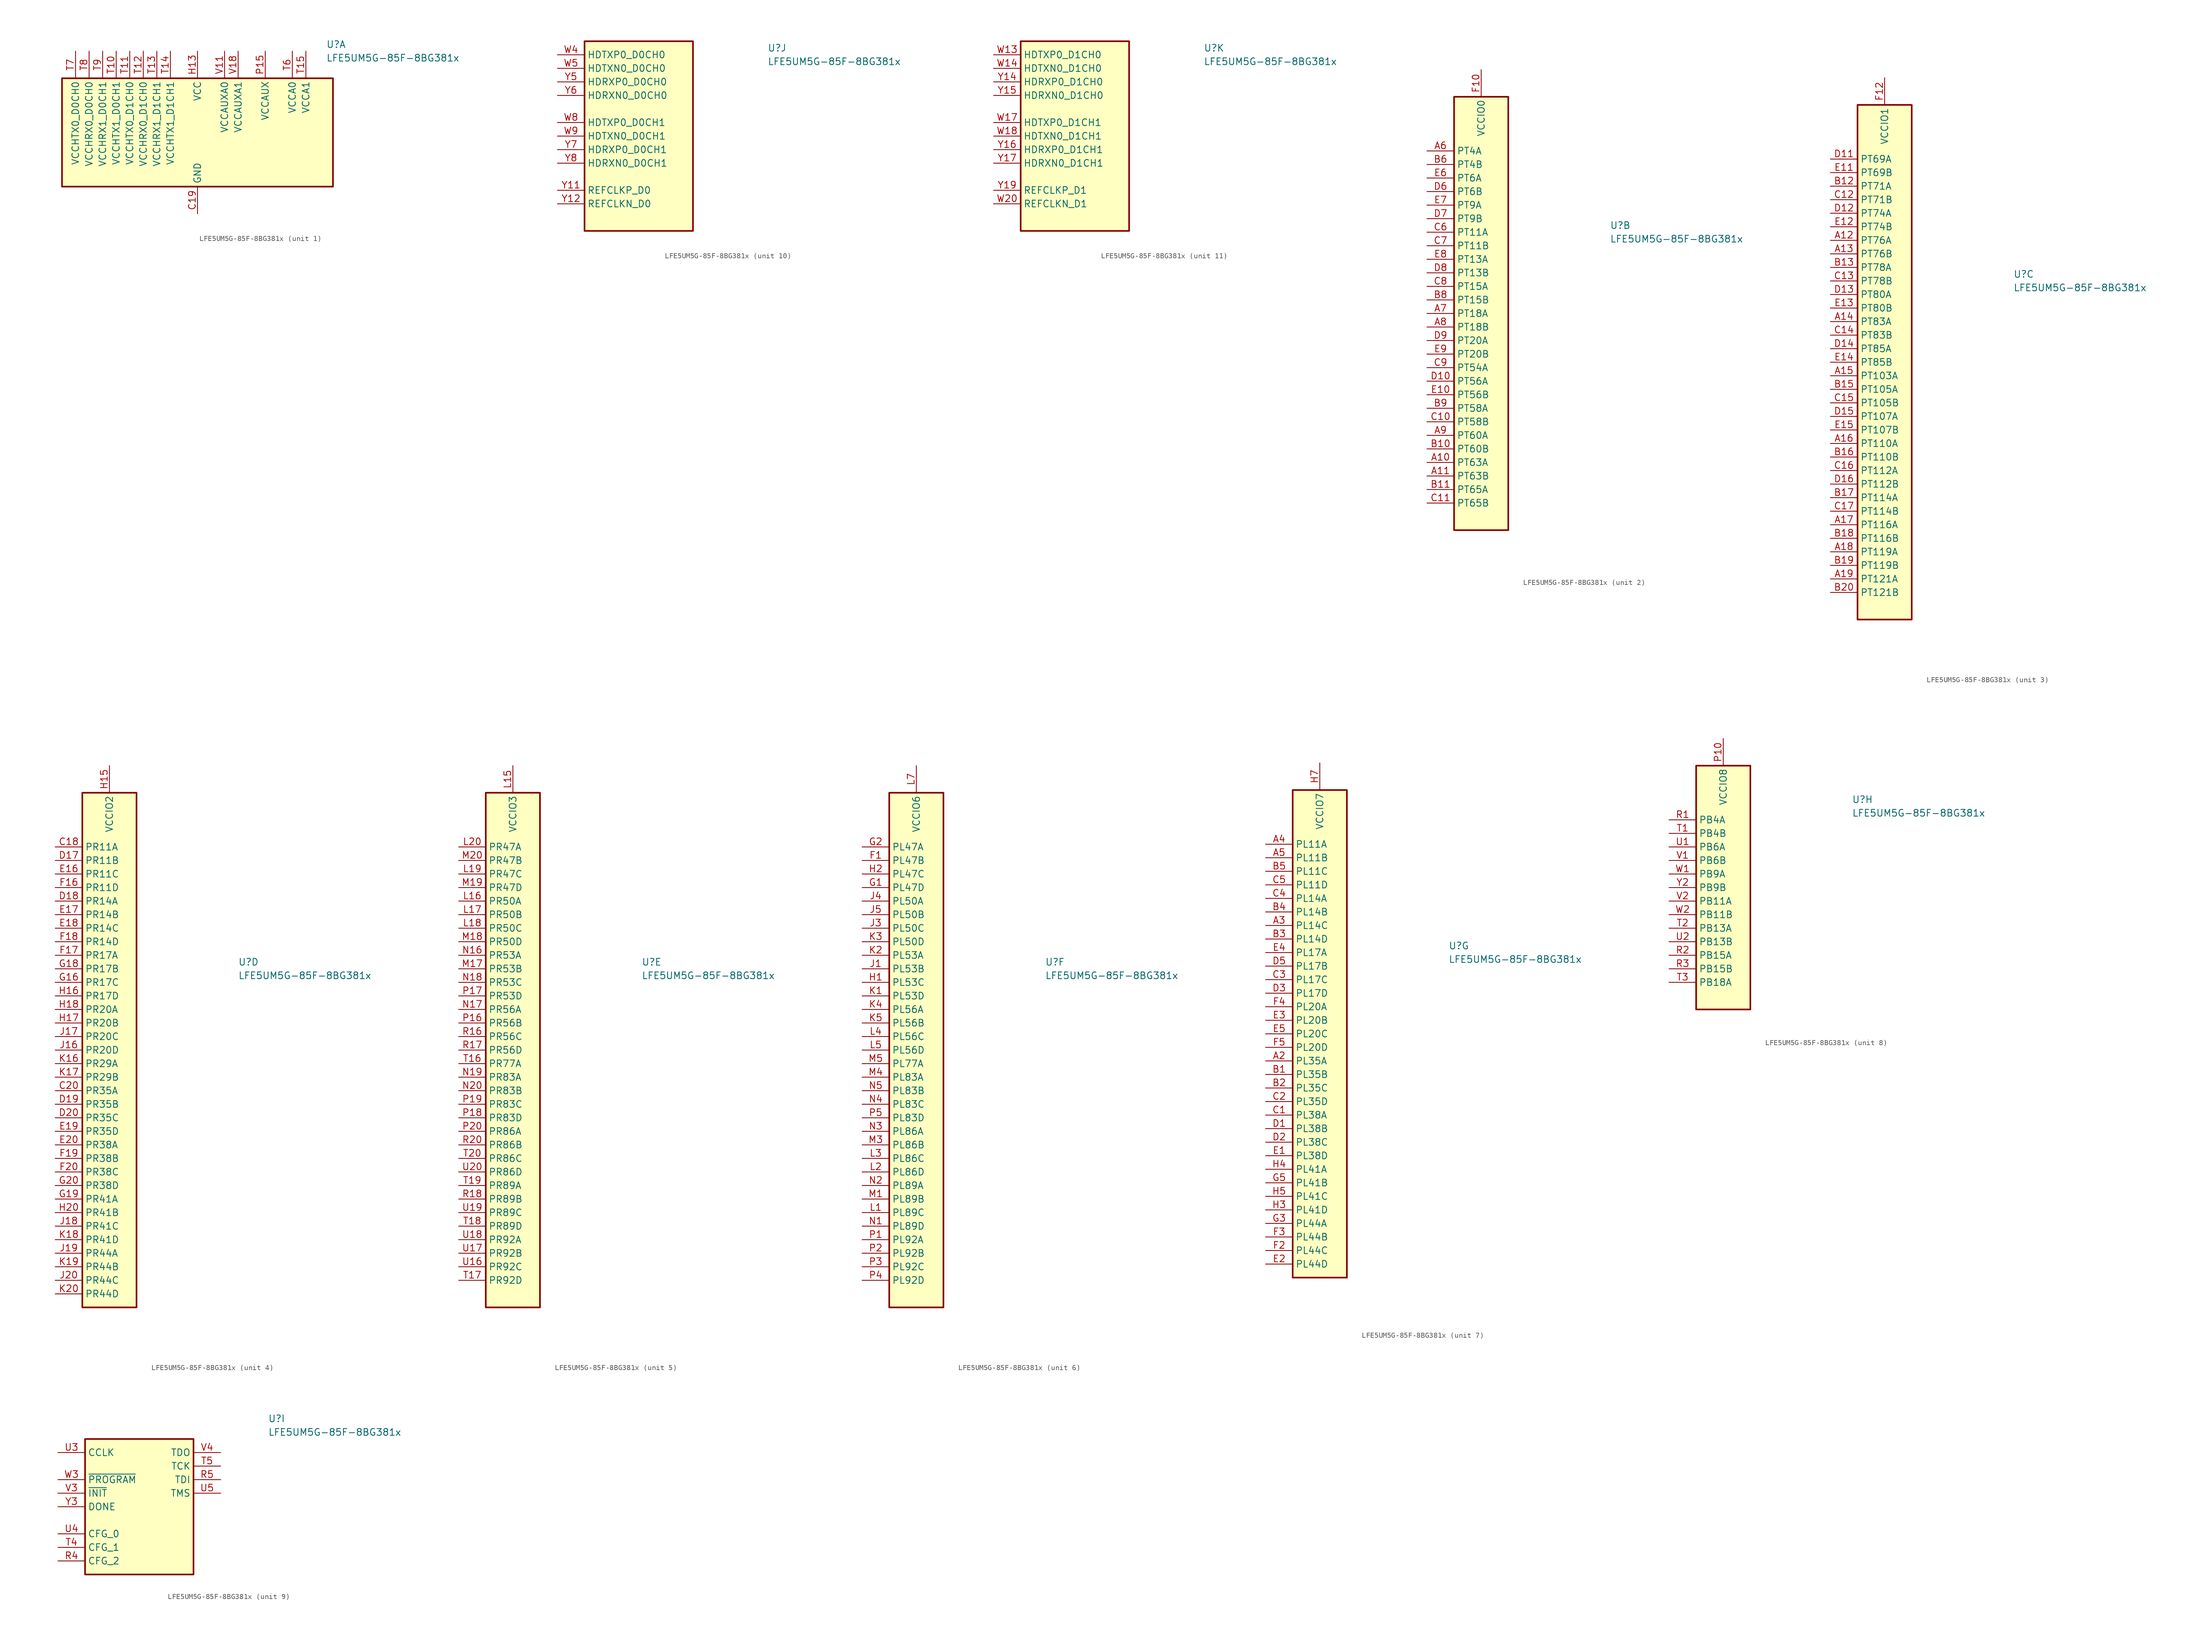
<source format=kicad_sym>
(kicad_symbol_lib
  (version 20241209)
  (generator "kicad_symbol_editor")
  (generator_version "9.0")
  (symbol "LFE5UM5G-85F-8BG381x"
    (property "Reference" "U"
      (at 24.13 16.51 0)
      (effects (font (size 1.27 1.27)) (justify left)))
    (property "Value" "LFE5UM5G-85F-8BG381x"
      (at 24.13 13.97 0)
      (effects (font (size 1.27 1.27)) (justify left)))
    (property "ki_locked" ""
      (at 0 0 0)
      (effects (font (size 1.27 1.27))))
    (symbol "LFE5UM5G-85F-8BG381x_1_1"
      (rectangle (start -25.4 10.16) (end 25.4 -10.16) (stroke (width 0.305) (type default)) (fill (type background)))
      (pin power_in line (at -22.86 15.24 270) (length 5.08) (name "VCCHTX0_D0CH0" (effects (font (size 1.27 1.27)))) (number "T7" (effects (font (size 1.27 1.27)))))
      (pin power_in line (at -20.32 15.24 270) (length 5.08) (name "VCCHRX0_D0CH0" (effects (font (size 1.27 1.27)))) (number "T8" (effects (font (size 1.27 1.27)))))
      (pin power_in line (at -17.78 15.24 270) (length 5.08) (name "VCCHRX1_D0CH1" (effects (font (size 1.27 1.27)))) (number "T9" (effects (font (size 1.27 1.27)))))
      (pin power_in line (at -15.24 15.24 270) (length 5.08) (name "VCCHTX1_D0CH1" (effects (font (size 1.27 1.27)))) (number "T10" (effects (font (size 1.27 1.27)))))
      (pin power_in line (at -12.7 15.24 270) (length 5.08) (name "VCCHTX0_D1CH0" (effects (font (size 1.27 1.27)))) (number "T11" (effects (font (size 1.27 1.27)))))
      (pin power_in line (at -10.16 15.24 270) (length 5.08) (name "VCCHRX0_D1CH0" (effects (font (size 1.27 1.27)))) (number "T12" (effects (font (size 1.27 1.27)))))
      (pin power_in line (at -7.62 15.24 270) (length 5.08) (name "VCCHRX1_D1CH1" (effects (font (size 1.27 1.27)))) (number "T13" (effects (font (size 1.27 1.27)))))
      (pin power_in line (at -5.08 15.24 270) (length 5.08) (name "VCCHTX1_D1CH1" (effects (font (size 1.27 1.27)))) (number "T14" (effects (font (size 1.27 1.27)))))
      (pin passive line (at 0 15.24 270) (length 5.08) (hide yes) (name "VCC" (effects (font (size 1.27 1.27)))) (number "H10" (effects (font (size 1.27 1.27)))))
      (pin passive line (at 0 15.24 270) (length 5.08) (hide yes) (name "VCC" (effects (font (size 1.27 1.27)))) (number "H11" (effects (font (size 1.27 1.27)))))
      (pin passive line (at 0 15.24 270) (length 5.08) (hide yes) (name "VCC" (effects (font (size 1.27 1.27)))) (number "H12" (effects (font (size 1.27 1.27)))))
      (pin power_in line (at 0 15.24 270) (length 5.08) (name "VCC" (effects (font (size 1.27 1.27)))) (number "H13" (effects (font (size 1.27 1.27)))))
      (pin passive line (at 0 15.24 270) (length 5.08) (hide yes) (name "VCC" (effects (font (size 1.27 1.27)))) (number "H8" (effects (font (size 1.27 1.27)))))
      (pin passive line (at 0 15.24 270) (length 5.08) (hide yes) (name "VCC" (effects (font (size 1.27 1.27)))) (number "H9" (effects (font (size 1.27 1.27)))))
      (pin passive line (at 0 15.24 270) (length 5.08) (hide yes) (name "VCC" (effects (font (size 1.27 1.27)))) (number "J13" (effects (font (size 1.27 1.27)))))
      (pin passive line (at 0 15.24 270) (length 5.08) (hide yes) (name "VCC" (effects (font (size 1.27 1.27)))) (number "J8" (effects (font (size 1.27 1.27)))))
      (pin passive line (at 0 15.24 270) (length 5.08) (hide yes) (name "VCC" (effects (font (size 1.27 1.27)))) (number "K13" (effects (font (size 1.27 1.27)))))
      (pin passive line (at 0 15.24 270) (length 5.08) (hide yes) (name "VCC" (effects (font (size 1.27 1.27)))) (number "K8" (effects (font (size 1.27 1.27)))))
      (pin passive line (at 0 15.24 270) (length 5.08) (hide yes) (name "VCC" (effects (font (size 1.27 1.27)))) (number "L13" (effects (font (size 1.27 1.27)))))
      (pin passive line (at 0 15.24 270) (length 5.08) (hide yes) (name "VCC" (effects (font (size 1.27 1.27)))) (number "L8" (effects (font (size 1.27 1.27)))))
      (pin passive line (at 0 15.24 270) (length 5.08) (hide yes) (name "VCC" (effects (font (size 1.27 1.27)))) (number "M13" (effects (font (size 1.27 1.27)))))
      (pin passive line (at 0 15.24 270) (length 5.08) (hide yes) (name "VCC" (effects (font (size 1.27 1.27)))) (number "M8" (effects (font (size 1.27 1.27)))))
      (pin passive line (at 0 15.24 270) (length 5.08) (hide yes) (name "VCC" (effects (font (size 1.27 1.27)))) (number "N10" (effects (font (size 1.27 1.27)))))
      (pin passive line (at 0 15.24 270) (length 5.08) (hide yes) (name "VCC" (effects (font (size 1.27 1.27)))) (number "N11" (effects (font (size 1.27 1.27)))))
      (pin passive line (at 0 15.24 270) (length 5.08) (hide yes) (name "VCC" (effects (font (size 1.27 1.27)))) (number "N12" (effects (font (size 1.27 1.27)))))
      (pin passive line (at 0 15.24 270) (length 5.08) (hide yes) (name "VCC" (effects (font (size 1.27 1.27)))) (number "N13" (effects (font (size 1.27 1.27)))))
      (pin passive line (at 0 15.24 270) (length 5.08) (hide yes) (name "VCC" (effects (font (size 1.27 1.27)))) (number "N8" (effects (font (size 1.27 1.27)))))
      (pin passive line (at 0 15.24 270) (length 5.08) (hide yes) (name "VCC" (effects (font (size 1.27 1.27)))) (number "N9" (effects (font (size 1.27 1.27)))))
      (pin passive line (at 0 -15.24 90) (length 5.08) (hide yes) (name "GND" (effects (font (size 1.27 1.27)))) (number "B14" (effects (font (size 1.27 1.27)))))
      (pin passive line (at 0 -15.24 90) (length 5.08) (hide yes) (name "GND" (effects (font (size 1.27 1.27)))) (number "B7" (effects (font (size 1.27 1.27)))))
      (pin power_in line (at 0 -15.24 90) (length 5.08) (name "GND" (effects (font (size 1.27 1.27)))) (number "C19" (effects (font (size 1.27 1.27)))))
      (pin passive line (at 0 -15.24 90) (length 5.08) (hide yes) (name "GND" (effects (font (size 1.27 1.27)))) (number "D4" (effects (font (size 1.27 1.27)))))
      (pin passive line (at 0 -15.24 90) (length 5.08) (hide yes) (name "GND" (effects (font (size 1.27 1.27)))) (number "F13" (effects (font (size 1.27 1.27)))))
      (pin passive line (at 0 -15.24 90) (length 5.08) (hide yes) (name "GND" (effects (font (size 1.27 1.27)))) (number "F14" (effects (font (size 1.27 1.27)))))
      (pin passive line (at 0 -15.24 90) (length 5.08) (hide yes) (name "GND" (effects (font (size 1.27 1.27)))) (number "F7" (effects (font (size 1.27 1.27)))))
      (pin passive line (at 0 -15.24 90) (length 5.08) (hide yes) (name "GND" (effects (font (size 1.27 1.27)))) (number "F8" (effects (font (size 1.27 1.27)))))
      (pin passive line (at 0 -15.24 90) (length 5.08) (hide yes) (name "GND" (effects (font (size 1.27 1.27)))) (number "G10" (effects (font (size 1.27 1.27)))))
      (pin passive line (at 0 -15.24 90) (length 5.08) (hide yes) (name "GND" (effects (font (size 1.27 1.27)))) (number "G11" (effects (font (size 1.27 1.27)))))
      (pin passive line (at 0 -15.24 90) (length 5.08) (hide yes) (name "GND" (effects (font (size 1.27 1.27)))) (number "G12" (effects (font (size 1.27 1.27)))))
      (pin passive line (at 0 -15.24 90) (length 5.08) (hide yes) (name "GND" (effects (font (size 1.27 1.27)))) (number "G13" (effects (font (size 1.27 1.27)))))
      (pin passive line (at 0 -15.24 90) (length 5.08) (hide yes) (name "GND" (effects (font (size 1.27 1.27)))) (number "G14" (effects (font (size 1.27 1.27)))))
      (pin passive line (at 0 -15.24 90) (length 5.08) (hide yes) (name "GND" (effects (font (size 1.27 1.27)))) (number "G15" (effects (font (size 1.27 1.27)))))
      (pin passive line (at 0 -15.24 90) (length 5.08) (hide yes) (name "GND" (effects (font (size 1.27 1.27)))) (number "G17" (effects (font (size 1.27 1.27)))))
      (pin passive line (at 0 -15.24 90) (length 5.08) (hide yes) (name "GND" (effects (font (size 1.27 1.27)))) (number "G4" (effects (font (size 1.27 1.27)))))
      (pin passive line (at 0 -15.24 90) (length 5.08) (hide yes) (name "GND" (effects (font (size 1.27 1.27)))) (number "G6" (effects (font (size 1.27 1.27)))))
      (pin passive line (at 0 -15.24 90) (length 5.08) (hide yes) (name "GND" (effects (font (size 1.27 1.27)))) (number "G7" (effects (font (size 1.27 1.27)))))
      (pin passive line (at 0 -15.24 90) (length 5.08) (hide yes) (name "GND" (effects (font (size 1.27 1.27)))) (number "G8" (effects (font (size 1.27 1.27)))))
      (pin passive line (at 0 -15.24 90) (length 5.08) (hide yes) (name "GND" (effects (font (size 1.27 1.27)))) (number "G9" (effects (font (size 1.27 1.27)))))
      (pin passive line (at 0 -15.24 90) (length 5.08) (hide yes) (name "GND" (effects (font (size 1.27 1.27)))) (number "H19" (effects (font (size 1.27 1.27)))))
      (pin passive line (at 0 -15.24 90) (length 5.08) (hide yes) (name "GND" (effects (font (size 1.27 1.27)))) (number "J10" (effects (font (size 1.27 1.27)))))
      (pin passive line (at 0 -15.24 90) (length 5.08) (hide yes) (name "GND" (effects (font (size 1.27 1.27)))) (number "J11" (effects (font (size 1.27 1.27)))))
      (pin passive line (at 0 -15.24 90) (length 5.08) (hide yes) (name "GND" (effects (font (size 1.27 1.27)))) (number "J12" (effects (font (size 1.27 1.27)))))
      (pin passive line (at 0 -15.24 90) (length 5.08) (hide yes) (name "GND" (effects (font (size 1.27 1.27)))) (number "J14" (effects (font (size 1.27 1.27)))))
      (pin passive line (at 0 -15.24 90) (length 5.08) (hide yes) (name "GND" (effects (font (size 1.27 1.27)))) (number "J2" (effects (font (size 1.27 1.27)))))
      (pin passive line (at 0 -15.24 90) (length 5.08) (hide yes) (name "GND" (effects (font (size 1.27 1.27)))) (number "J7" (effects (font (size 1.27 1.27)))))
      (pin passive line (at 0 -15.24 90) (length 5.08) (hide yes) (name "GND" (effects (font (size 1.27 1.27)))) (number "J9" (effects (font (size 1.27 1.27)))))
      (pin passive line (at 0 -15.24 90) (length 5.08) (hide yes) (name "GND" (effects (font (size 1.27 1.27)))) (number "K10" (effects (font (size 1.27 1.27)))))
      (pin passive line (at 0 -15.24 90) (length 5.08) (hide yes) (name "GND" (effects (font (size 1.27 1.27)))) (number "K11" (effects (font (size 1.27 1.27)))))
      (pin passive line (at 0 -15.24 90) (length 5.08) (hide yes) (name "GND" (effects (font (size 1.27 1.27)))) (number "K12" (effects (font (size 1.27 1.27)))))
      (pin passive line (at 0 -15.24 90) (length 5.08) (hide yes) (name "GND" (effects (font (size 1.27 1.27)))) (number "K14" (effects (font (size 1.27 1.27)))))
      (pin passive line (at 0 -15.24 90) (length 5.08) (hide yes) (name "GND" (effects (font (size 1.27 1.27)))) (number "K15" (effects (font (size 1.27 1.27)))))
      (pin passive line (at 0 -15.24 90) (length 5.08) (hide yes) (name "GND" (effects (font (size 1.27 1.27)))) (number "K6" (effects (font (size 1.27 1.27)))))
      (pin passive line (at 0 -15.24 90) (length 5.08) (hide yes) (name "GND" (effects (font (size 1.27 1.27)))) (number "K7" (effects (font (size 1.27 1.27)))))
      (pin passive line (at 0 -15.24 90) (length 5.08) (hide yes) (name "GND" (effects (font (size 1.27 1.27)))) (number "K9" (effects (font (size 1.27 1.27)))))
      (pin passive line (at 0 -15.24 90) (length 5.08) (hide yes) (name "GND" (effects (font (size 1.27 1.27)))) (number "L10" (effects (font (size 1.27 1.27)))))
      (pin passive line (at 0 -15.24 90) (length 5.08) (hide yes) (name "GND" (effects (font (size 1.27 1.27)))) (number "L11" (effects (font (size 1.27 1.27)))))
      (pin passive line (at 0 -15.24 90) (length 5.08) (hide yes) (name "GND" (effects (font (size 1.27 1.27)))) (number "L12" (effects (font (size 1.27 1.27)))))
      (pin passive line (at 0 -15.24 90) (length 5.08) (hide yes) (name "GND" (effects (font (size 1.27 1.27)))) (number "L9" (effects (font (size 1.27 1.27)))))
      (pin passive line (at 0 -15.24 90) (length 5.08) (hide yes) (name "GND" (effects (font (size 1.27 1.27)))) (number "M10" (effects (font (size 1.27 1.27)))))
      (pin passive line (at 0 -15.24 90) (length 5.08) (hide yes) (name "GND" (effects (font (size 1.27 1.27)))) (number "M11" (effects (font (size 1.27 1.27)))))
      (pin passive line (at 0 -15.24 90) (length 5.08) (hide yes) (name "GND" (effects (font (size 1.27 1.27)))) (number "M12" (effects (font (size 1.27 1.27)))))
      (pin passive line (at 0 -15.24 90) (length 5.08) (hide yes) (name "GND" (effects (font (size 1.27 1.27)))) (number "M14" (effects (font (size 1.27 1.27)))))
      (pin passive line (at 0 -15.24 90) (length 5.08) (hide yes) (name "GND" (effects (font (size 1.27 1.27)))) (number "M16" (effects (font (size 1.27 1.27)))))
      (pin passive line (at 0 -15.24 90) (length 5.08) (hide yes) (name "GND" (effects (font (size 1.27 1.27)))) (number "M2" (effects (font (size 1.27 1.27)))))
      (pin passive line (at 0 -15.24 90) (length 5.08) (hide yes) (name "GND" (effects (font (size 1.27 1.27)))) (number "M7" (effects (font (size 1.27 1.27)))))
      (pin passive line (at 0 -15.24 90) (length 5.08) (hide yes) (name "GND" (effects (font (size 1.27 1.27)))) (number "M9" (effects (font (size 1.27 1.27)))))
      (pin passive line (at 0 -15.24 90) (length 5.08) (hide yes) (name "GND" (effects (font (size 1.27 1.27)))) (number "N14" (effects (font (size 1.27 1.27)))))
      (pin passive line (at 0 -15.24 90) (length 5.08) (hide yes) (name "GND" (effects (font (size 1.27 1.27)))) (number "N15" (effects (font (size 1.27 1.27)))))
      (pin passive line (at 0 -15.24 90) (length 5.08) (hide yes) (name "GND" (effects (font (size 1.27 1.27)))) (number "N6" (effects (font (size 1.27 1.27)))))
      (pin passive line (at 0 -15.24 90) (length 5.08) (hide yes) (name "GND" (effects (font (size 1.27 1.27)))) (number "N7" (effects (font (size 1.27 1.27)))))
      (pin passive line (at 0 -15.24 90) (length 5.08) (hide yes) (name "GND" (effects (font (size 1.27 1.27)))) (number "P11" (effects (font (size 1.27 1.27)))))
      (pin passive line (at 0 -15.24 90) (length 5.08) (hide yes) (name "GND" (effects (font (size 1.27 1.27)))) (number "P12" (effects (font (size 1.27 1.27)))))
      (pin passive line (at 0 -15.24 90) (length 5.08) (hide yes) (name "GND" (effects (font (size 1.27 1.27)))) (number "P13" (effects (font (size 1.27 1.27)))))
      (pin passive line (at 0 -15.24 90) (length 5.08) (hide yes) (name "GND" (effects (font (size 1.27 1.27)))) (number "P14" (effects (font (size 1.27 1.27)))))
      (pin passive line (at 0 -15.24 90) (length 5.08) (hide yes) (name "GND" (effects (font (size 1.27 1.27)))) (number "P7" (effects (font (size 1.27 1.27)))))
      (pin passive line (at 0 -15.24 90) (length 5.08) (hide yes) (name "GND" (effects (font (size 1.27 1.27)))) (number "P8" (effects (font (size 1.27 1.27)))))
      (pin passive line (at 0 -15.24 90) (length 5.08) (hide yes) (name "GND" (effects (font (size 1.27 1.27)))) (number "R19" (effects (font (size 1.27 1.27)))))
      (pin passive line (at 0 -15.24 90) (length 5.08) (hide yes) (name "GND" (effects (font (size 1.27 1.27)))) (number "U10" (effects (font (size 1.27 1.27)))))
      (pin passive line (at 0 -15.24 90) (length 5.08) (hide yes) (name "GND" (effects (font (size 1.27 1.27)))) (number "U11" (effects (font (size 1.27 1.27)))))
      (pin passive line (at 0 -15.24 90) (length 5.08) (hide yes) (name "GND" (effects (font (size 1.27 1.27)))) (number "U12" (effects (font (size 1.27 1.27)))))
      (pin passive line (at 0 -15.24 90) (length 5.08) (hide yes) (name "GND" (effects (font (size 1.27 1.27)))) (number "U13" (effects (font (size 1.27 1.27)))))
      (pin passive line (at 0 -15.24 90) (length 5.08) (hide yes) (name "GND" (effects (font (size 1.27 1.27)))) (number "U14" (effects (font (size 1.27 1.27)))))
      (pin passive line (at 0 -15.24 90) (length 5.08) (hide yes) (name "GND" (effects (font (size 1.27 1.27)))) (number "U7" (effects (font (size 1.27 1.27)))))
      (pin passive line (at 0 -15.24 90) (length 5.08) (hide yes) (name "GND" (effects (font (size 1.27 1.27)))) (number "U8" (effects (font (size 1.27 1.27)))))
      (pin passive line (at 0 -15.24 90) (length 5.08) (hide yes) (name "GND" (effects (font (size 1.27 1.27)))) (number "U9" (effects (font (size 1.27 1.27)))))
      (pin passive line (at 0 -15.24 90) (length 5.08) (hide yes) (name "GND" (effects (font (size 1.27 1.27)))) (number "V12" (effects (font (size 1.27 1.27)))))
      (pin passive line (at 0 -15.24 90) (length 5.08) (hide yes) (name "GND" (effects (font (size 1.27 1.27)))) (number "V13" (effects (font (size 1.27 1.27)))))
      (pin passive line (at 0 -15.24 90) (length 5.08) (hide yes) (name "GND" (effects (font (size 1.27 1.27)))) (number "V14" (effects (font (size 1.27 1.27)))))
      (pin passive line (at 0 -15.24 90) (length 5.08) (hide yes) (name "GND" (effects (font (size 1.27 1.27)))) (number "V15" (effects (font (size 1.27 1.27)))))
      (pin passive line (at 0 -15.24 90) (length 5.08) (hide yes) (name "GND" (effects (font (size 1.27 1.27)))) (number "V16" (effects (font (size 1.27 1.27)))))
      (pin passive line (at 0 -15.24 90) (length 5.08) (hide yes) (name "GND" (effects (font (size 1.27 1.27)))) (number "V19" (effects (font (size 1.27 1.27)))))
      (pin passive line (at 0 -15.24 90) (length 5.08) (hide yes) (name "GND" (effects (font (size 1.27 1.27)))) (number "V20" (effects (font (size 1.27 1.27)))))
      (pin passive line (at 0 -15.24 90) (length 5.08) (hide yes) (name "GND" (effects (font (size 1.27 1.27)))) (number "V5" (effects (font (size 1.27 1.27)))))
      (pin passive line (at 0 -15.24 90) (length 5.08) (hide yes) (name "GND" (effects (font (size 1.27 1.27)))) (number "V6" (effects (font (size 1.27 1.27)))))
      (pin passive line (at 0 -15.24 90) (length 5.08) (hide yes) (name "GND" (effects (font (size 1.27 1.27)))) (number "V7" (effects (font (size 1.27 1.27)))))
      (pin passive line (at 0 -15.24 90) (length 5.08) (hide yes) (name "GND" (effects (font (size 1.27 1.27)))) (number "V8" (effects (font (size 1.27 1.27)))))
      (pin passive line (at 0 -15.24 90) (length 5.08) (hide yes) (name "GND" (effects (font (size 1.27 1.27)))) (number "V9" (effects (font (size 1.27 1.27)))))
      (pin passive line (at 0 -15.24 90) (length 5.08) (hide yes) (name "GND" (effects (font (size 1.27 1.27)))) (number "W12" (effects (font (size 1.27 1.27)))))
      (pin passive line (at 0 -15.24 90) (length 5.08) (hide yes) (name "GND" (effects (font (size 1.27 1.27)))) (number "W15" (effects (font (size 1.27 1.27)))))
      (pin passive line (at 0 -15.24 90) (length 5.08) (hide yes) (name "GND" (effects (font (size 1.27 1.27)))) (number "W16" (effects (font (size 1.27 1.27)))))
      (pin passive line (at 0 -15.24 90) (length 5.08) (hide yes) (name "GND" (effects (font (size 1.27 1.27)))) (number "W19" (effects (font (size 1.27 1.27)))))
      (pin passive line (at 0 -15.24 90) (length 5.08) (hide yes) (name "GND" (effects (font (size 1.27 1.27)))) (number "W6" (effects (font (size 1.27 1.27)))))
      (pin passive line (at 0 -15.24 90) (length 5.08) (hide yes) (name "GND" (effects (font (size 1.27 1.27)))) (number "W7" (effects (font (size 1.27 1.27)))))
      (pin passive line (at 5.08 15.24 270) (length 5.08) (hide yes) (name "VCCAUXA0" (effects (font (size 1.27 1.27)))) (number "V10" (effects (font (size 1.27 1.27)))))
      (pin power_in line (at 5.08 15.24 270) (length 5.08) (name "VCCAUXA0" (effects (font (size 1.27 1.27)))) (number "V11" (effects (font (size 1.27 1.27)))))
      (pin passive line (at 7.62 15.24 270) (length 5.08) (hide yes) (name "VCCAUXA1" (effects (font (size 1.27 1.27)))) (number "V17" (effects (font (size 1.27 1.27)))))
      (pin power_in line (at 7.62 15.24 270) (length 5.08) (name "VCCAUXA1" (effects (font (size 1.27 1.27)))) (number "V18" (effects (font (size 1.27 1.27)))))
      (pin passive line (at 12.7 15.24 270) (length 5.08) (hide yes) (name "VCCAUX" (effects (font (size 1.27 1.27)))) (number "F15" (effects (font (size 1.27 1.27)))))
      (pin passive line (at 12.7 15.24 270) (length 5.08) (hide yes) (name "VCCAUX" (effects (font (size 1.27 1.27)))) (number "F6" (effects (font (size 1.27 1.27)))))
      (pin power_in line (at 12.7 15.24 270) (length 5.08) (name "VCCAUX" (effects (font (size 1.27 1.27)))) (number "P15" (effects (font (size 1.27 1.27)))))
      (pin passive line (at 12.7 15.24 270) (length 5.08) (hide yes) (name "VCCAUX" (effects (font (size 1.27 1.27)))) (number "P6" (effects (font (size 1.27 1.27)))))
      (pin power_in line (at 17.78 15.24 270) (length 5.08) (name "VCCA0" (effects (font (size 1.27 1.27)))) (number "T6" (effects (font (size 1.27 1.27)))))
      (pin passive line (at 17.78 15.24 270) (length 5.08) (hide yes) (name "VCCA0" (effects (font (size 1.27 1.27)))) (number "U6" (effects (font (size 1.27 1.27)))))
      (pin power_in line (at 20.32 15.24 270) (length 5.08) (name "VCCA1" (effects (font (size 1.27 1.27)))) (number "T15" (effects (font (size 1.27 1.27)))))
      (pin passive line (at 20.32 15.24 270) (length 5.08) (hide yes) (name "VCCA1" (effects (font (size 1.27 1.27)))) (number "U15" (effects (font (size 1.27 1.27))))))
    (symbol "LFE5UM5G-85F-8BG381x_2_1"
      (rectangle (start -5.08 40.64) (end 5.08 -40.64) (stroke (width 0.305) (type default)) (fill (type background)))
      (pin bidirectional line (at -10.16 30.48 0) (length 5.08) (name "PT4A" (effects (font (size 1.27 1.27)))) (number "A6" (effects (font (size 1.27 1.27)))))
      (pin bidirectional line (at -10.16 27.94 0) (length 5.08) (name "PT4B" (effects (font (size 1.27 1.27)))) (number "B6" (effects (font (size 1.27 1.27)))))
      (pin bidirectional line (at -10.16 25.4 0) (length 5.08) (name "PT6A" (effects (font (size 1.27 1.27)))) (number "E6" (effects (font (size 1.27 1.27)))))
      (pin bidirectional line (at -10.16 22.86 0) (length 5.08) (name "PT6B" (effects (font (size 1.27 1.27)))) (number "D6" (effects (font (size 1.27 1.27)))))
      (pin bidirectional line (at -10.16 20.32 0) (length 5.08) (name "PT9A" (effects (font (size 1.27 1.27)))) (number "E7" (effects (font (size 1.27 1.27)))))
      (pin bidirectional line (at -10.16 17.78 0) (length 5.08) (name "PT9B" (effects (font (size 1.27 1.27)))) (number "D7" (effects (font (size 1.27 1.27)))))
      (pin bidirectional line (at -10.16 15.24 0) (length 5.08) (name "PT11A" (effects (font (size 1.27 1.27)))) (number "C6" (effects (font (size 1.27 1.27)))))
      (pin bidirectional line (at -10.16 12.7 0) (length 5.08) (name "PT11B" (effects (font (size 1.27 1.27)))) (number "C7" (effects (font (size 1.27 1.27)))))
      (pin bidirectional line (at -10.16 10.16 0) (length 5.08) (name "PT13A" (effects (font (size 1.27 1.27)))) (number "E8" (effects (font (size 1.27 1.27)))))
      (pin bidirectional line (at -10.16 7.62 0) (length 5.08) (name "PT13B" (effects (font (size 1.27 1.27)))) (number "D8" (effects (font (size 1.27 1.27)))))
      (pin bidirectional line (at -10.16 5.08 0) (length 5.08) (name "PT15A" (effects (font (size 1.27 1.27)))) (number "C8" (effects (font (size 1.27 1.27)))))
      (pin bidirectional line (at -10.16 2.54 0) (length 5.08) (name "PT15B" (effects (font (size 1.27 1.27)))) (number "B8" (effects (font (size 1.27 1.27)))))
      (pin bidirectional line (at -10.16 0 0) (length 5.08) (name "PT18A" (effects (font (size 1.27 1.27)))) (number "A7" (effects (font (size 1.27 1.27)))))
      (pin bidirectional line (at -10.16 -2.54 0) (length 5.08) (name "PT18B" (effects (font (size 1.27 1.27)))) (number "A8" (effects (font (size 1.27 1.27)))))
      (pin bidirectional line (at -10.16 -5.08 0) (length 5.08) (name "PT20A" (effects (font (size 1.27 1.27)))) (number "D9" (effects (font (size 1.27 1.27)))))
      (pin bidirectional line (at -10.16 -7.62 0) (length 5.08) (name "PT20B" (effects (font (size 1.27 1.27)))) (number "E9" (effects (font (size 1.27 1.27)))))
      (pin bidirectional line (at -10.16 -10.16 0) (length 5.08) (name "PT54A" (effects (font (size 1.27 1.27)))) (number "C9" (effects (font (size 1.27 1.27)))))
      (pin bidirectional line (at -10.16 -12.7 0) (length 5.08) (name "PT56A" (effects (font (size 1.27 1.27)))) (number "D10" (effects (font (size 1.27 1.27)))))
      (pin bidirectional line (at -10.16 -15.24 0) (length 5.08) (name "PT56B" (effects (font (size 1.27 1.27)))) (number "E10" (effects (font (size 1.27 1.27)))))
      (pin bidirectional line (at -10.16 -17.78 0) (length 5.08) (name "PT58A" (effects (font (size 1.27 1.27)))) (number "B9" (effects (font (size 1.27 1.27)))))
      (pin bidirectional line (at -10.16 -20.32 0) (length 5.08) (name "PT58B" (effects (font (size 1.27 1.27)))) (number "C10" (effects (font (size 1.27 1.27)))))
      (pin bidirectional line (at -10.16 -22.86 0) (length 5.08) (name "PT60A" (effects (font (size 1.27 1.27)))) (number "A9" (effects (font (size 1.27 1.27)))))
      (pin bidirectional line (at -10.16 -25.4 0) (length 5.08) (name "PT60B" (effects (font (size 1.27 1.27)))) (number "B10" (effects (font (size 1.27 1.27)))))
      (pin bidirectional line (at -10.16 -27.94 0) (length 5.08) (name "PT63A" (effects (font (size 1.27 1.27)))) (number "A10" (effects (font (size 1.27 1.27)))))
      (pin bidirectional line (at -10.16 -30.48 0) (length 5.08) (name "PT63B" (effects (font (size 1.27 1.27)))) (number "A11" (effects (font (size 1.27 1.27)))))
      (pin bidirectional line (at -10.16 -33.02 0) (length 5.08) (name "PT65A" (effects (font (size 1.27 1.27)))) (number "B11" (effects (font (size 1.27 1.27)))))
      (pin bidirectional line (at -10.16 -35.56 0) (length 5.08) (name "PT65B" (effects (font (size 1.27 1.27)))) (number "C11" (effects (font (size 1.27 1.27)))))
      (pin power_in line (at 0 45.72 270) (length 5.08) (name "VCCIO0" (effects (font (size 1.27 1.27)))) (number "F10" (effects (font (size 1.27 1.27)))))
      (pin passive line (at 0 45.72 270) (length 5.08) (hide yes) (name "VCCIO0" (effects (font (size 1.27 1.27)))) (number "F9" (effects (font (size 1.27 1.27))))))
    (symbol "LFE5UM5G-85F-8BG381x_3_1"
      (rectangle (start -5.08 48.26) (end 5.08 -48.26) (stroke (width 0.305) (type default)) (fill (type background)))
      (pin bidirectional line (at -10.16 38.1 0) (length 5.08) (name "PT69A" (effects (font (size 1.27 1.27)))) (number "D11" (effects (font (size 1.27 1.27)))))
      (pin bidirectional line (at -10.16 35.56 0) (length 5.08) (name "PT69B" (effects (font (size 1.27 1.27)))) (number "E11" (effects (font (size 1.27 1.27)))))
      (pin bidirectional line (at -10.16 33.02 0) (length 5.08) (name "PT71A" (effects (font (size 1.27 1.27)))) (number "B12" (effects (font (size 1.27 1.27)))))
      (pin bidirectional line (at -10.16 30.48 0) (length 5.08) (name "PT71B" (effects (font (size 1.27 1.27)))) (number "C12" (effects (font (size 1.27 1.27)))))
      (pin bidirectional line (at -10.16 27.94 0) (length 5.08) (name "PT74A" (effects (font (size 1.27 1.27)))) (number "D12" (effects (font (size 1.27 1.27)))))
      (pin bidirectional line (at -10.16 25.4 0) (length 5.08) (name "PT74B" (effects (font (size 1.27 1.27)))) (number "E12" (effects (font (size 1.27 1.27)))))
      (pin bidirectional line (at -10.16 22.86 0) (length 5.08) (name "PT76A" (effects (font (size 1.27 1.27)))) (number "A12" (effects (font (size 1.27 1.27)))))
      (pin bidirectional line (at -10.16 20.32 0) (length 5.08) (name "PT76B" (effects (font (size 1.27 1.27)))) (number "A13" (effects (font (size 1.27 1.27)))))
      (pin bidirectional line (at -10.16 17.78 0) (length 5.08) (name "PT78A" (effects (font (size 1.27 1.27)))) (number "B13" (effects (font (size 1.27 1.27)))))
      (pin bidirectional line (at -10.16 15.24 0) (length 5.08) (name "PT78B" (effects (font (size 1.27 1.27)))) (number "C13" (effects (font (size 1.27 1.27)))))
      (pin bidirectional line (at -10.16 12.7 0) (length 5.08) (name "PT80A" (effects (font (size 1.27 1.27)))) (number "D13" (effects (font (size 1.27 1.27)))))
      (pin bidirectional line (at -10.16 10.16 0) (length 5.08) (name "PT80B" (effects (font (size 1.27 1.27)))) (number "E13" (effects (font (size 1.27 1.27)))))
      (pin bidirectional line (at -10.16 7.62 0) (length 5.08) (name "PT83A" (effects (font (size 1.27 1.27)))) (number "A14" (effects (font (size 1.27 1.27)))))
      (pin bidirectional line (at -10.16 5.08 0) (length 5.08) (name "PT83B" (effects (font (size 1.27 1.27)))) (number "C14" (effects (font (size 1.27 1.27)))))
      (pin bidirectional line (at -10.16 2.54 0) (length 5.08) (name "PT85A" (effects (font (size 1.27 1.27)))) (number "D14" (effects (font (size 1.27 1.27)))))
      (pin bidirectional line (at -10.16 0 0) (length 5.08) (name "PT85B" (effects (font (size 1.27 1.27)))) (number "E14" (effects (font (size 1.27 1.27)))))
      (pin bidirectional line (at -10.16 -2.54 0) (length 5.08) (name "PT103A" (effects (font (size 1.27 1.27)))) (number "A15" (effects (font (size 1.27 1.27)))))
      (pin bidirectional line (at -10.16 -5.08 0) (length 5.08) (name "PT105A" (effects (font (size 1.27 1.27)))) (number "B15" (effects (font (size 1.27 1.27)))))
      (pin bidirectional line (at -10.16 -7.62 0) (length 5.08) (name "PT105B" (effects (font (size 1.27 1.27)))) (number "C15" (effects (font (size 1.27 1.27)))))
      (pin bidirectional line (at -10.16 -10.16 0) (length 5.08) (name "PT107A" (effects (font (size 1.27 1.27)))) (number "D15" (effects (font (size 1.27 1.27)))))
      (pin bidirectional line (at -10.16 -12.7 0) (length 5.08) (name "PT107B" (effects (font (size 1.27 1.27)))) (number "E15" (effects (font (size 1.27 1.27)))))
      (pin bidirectional line (at -10.16 -15.24 0) (length 5.08) (name "PT110A" (effects (font (size 1.27 1.27)))) (number "A16" (effects (font (size 1.27 1.27)))))
      (pin bidirectional line (at -10.16 -17.78 0) (length 5.08) (name "PT110B" (effects (font (size 1.27 1.27)))) (number "B16" (effects (font (size 1.27 1.27)))))
      (pin bidirectional line (at -10.16 -20.32 0) (length 5.08) (name "PT112A" (effects (font (size 1.27 1.27)))) (number "C16" (effects (font (size 1.27 1.27)))))
      (pin bidirectional line (at -10.16 -22.86 0) (length 5.08) (name "PT112B" (effects (font (size 1.27 1.27)))) (number "D16" (effects (font (size 1.27 1.27)))))
      (pin bidirectional line (at -10.16 -25.4 0) (length 5.08) (name "PT114A" (effects (font (size 1.27 1.27)))) (number "B17" (effects (font (size 1.27 1.27)))))
      (pin bidirectional line (at -10.16 -27.94 0) (length 5.08) (name "PT114B" (effects (font (size 1.27 1.27)))) (number "C17" (effects (font (size 1.27 1.27)))))
      (pin bidirectional line (at -10.16 -30.48 0) (length 5.08) (name "PT116A" (effects (font (size 1.27 1.27)))) (number "A17" (effects (font (size 1.27 1.27)))))
      (pin bidirectional line (at -10.16 -33.02 0) (length 5.08) (name "PT116B" (effects (font (size 1.27 1.27)))) (number "B18" (effects (font (size 1.27 1.27)))))
      (pin bidirectional line (at -10.16 -35.56 0) (length 5.08) (name "PT119A" (effects (font (size 1.27 1.27)))) (number "A18" (effects (font (size 1.27 1.27)))))
      (pin bidirectional line (at -10.16 -38.1 0) (length 5.08) (name "PT119B" (effects (font (size 1.27 1.27)))) (number "B19" (effects (font (size 1.27 1.27)))))
      (pin bidirectional line (at -10.16 -40.64 0) (length 5.08) (name "PT121A" (effects (font (size 1.27 1.27)))) (number "A19" (effects (font (size 1.27 1.27)))))
      (pin bidirectional line (at -10.16 -43.18 0) (length 5.08) (name "PT121B" (effects (font (size 1.27 1.27)))) (number "B20" (effects (font (size 1.27 1.27)))))
      (pin passive line (at 0 53.34 270) (length 5.08) (hide yes) (name "VCCIO1" (effects (font (size 1.27 1.27)))) (number "F11" (effects (font (size 1.27 1.27)))))
      (pin power_in line (at 0 53.34 270) (length 5.08) (name "VCCIO1" (effects (font (size 1.27 1.27)))) (number "F12" (effects (font (size 1.27 1.27))))))
    (symbol "LFE5UM5G-85F-8BG381x_4_1"
      (rectangle (start -5.08 48.26) (end 5.08 -48.26) (stroke (width 0.305) (type default)) (fill (type background)))
      (pin bidirectional line (at -10.16 38.1 0) (length 5.08) (name "PR11A" (effects (font (size 1.27 1.27)))) (number "C18" (effects (font (size 1.27 1.27)))))
      (pin bidirectional line (at -10.16 35.56 0) (length 5.08) (name "PR11B" (effects (font (size 1.27 1.27)))) (number "D17" (effects (font (size 1.27 1.27)))))
      (pin bidirectional line (at -10.16 33.02 0) (length 5.08) (name "PR11C" (effects (font (size 1.27 1.27)))) (number "E16" (effects (font (size 1.27 1.27)))))
      (pin bidirectional line (at -10.16 30.48 0) (length 5.08) (name "PR11D" (effects (font (size 1.27 1.27)))) (number "F16" (effects (font (size 1.27 1.27)))))
      (pin bidirectional line (at -10.16 27.94 0) (length 5.08) (name "PR14A" (effects (font (size 1.27 1.27)))) (number "D18" (effects (font (size 1.27 1.27)))))
      (pin bidirectional line (at -10.16 25.4 0) (length 5.08) (name "PR14B" (effects (font (size 1.27 1.27)))) (number "E17" (effects (font (size 1.27 1.27)))))
      (pin bidirectional line (at -10.16 22.86 0) (length 5.08) (name "PR14C" (effects (font (size 1.27 1.27)))) (number "E18" (effects (font (size 1.27 1.27)))))
      (pin bidirectional line (at -10.16 20.32 0) (length 5.08) (name "PR14D" (effects (font (size 1.27 1.27)))) (number "F18" (effects (font (size 1.27 1.27)))))
      (pin bidirectional line (at -10.16 17.78 0) (length 5.08) (name "PR17A" (effects (font (size 1.27 1.27)))) (number "F17" (effects (font (size 1.27 1.27)))))
      (pin bidirectional line (at -10.16 15.24 0) (length 5.08) (name "PR17B" (effects (font (size 1.27 1.27)))) (number "G18" (effects (font (size 1.27 1.27)))))
      (pin bidirectional line (at -10.16 12.7 0) (length 5.08) (name "PR17C" (effects (font (size 1.27 1.27)))) (number "G16" (effects (font (size 1.27 1.27)))))
      (pin bidirectional line (at -10.16 10.16 0) (length 5.08) (name "PR17D" (effects (font (size 1.27 1.27)))) (number "H16" (effects (font (size 1.27 1.27)))))
      (pin bidirectional line (at -10.16 7.62 0) (length 5.08) (name "PR20A" (effects (font (size 1.27 1.27)))) (number "H18" (effects (font (size 1.27 1.27)))))
      (pin bidirectional line (at -10.16 5.08 0) (length 5.08) (name "PR20B" (effects (font (size 1.27 1.27)))) (number "H17" (effects (font (size 1.27 1.27)))))
      (pin bidirectional line (at -10.16 2.54 0) (length 5.08) (name "PR20C" (effects (font (size 1.27 1.27)))) (number "J17" (effects (font (size 1.27 1.27)))))
      (pin bidirectional line (at -10.16 0 0) (length 5.08) (name "PR20D" (effects (font (size 1.27 1.27)))) (number "J16" (effects (font (size 1.27 1.27)))))
      (pin bidirectional line (at -10.16 -2.54 0) (length 5.08) (name "PR29A" (effects (font (size 1.27 1.27)))) (number "K16" (effects (font (size 1.27 1.27)))))
      (pin bidirectional line (at -10.16 -5.08 0) (length 5.08) (name "PR29B" (effects (font (size 1.27 1.27)))) (number "K17" (effects (font (size 1.27 1.27)))))
      (pin bidirectional line (at -10.16 -7.62 0) (length 5.08) (name "PR35A" (effects (font (size 1.27 1.27)))) (number "C20" (effects (font (size 1.27 1.27)))))
      (pin bidirectional line (at -10.16 -10.16 0) (length 5.08) (name "PR35B" (effects (font (size 1.27 1.27)))) (number "D19" (effects (font (size 1.27 1.27)))))
      (pin bidirectional line (at -10.16 -12.7 0) (length 5.08) (name "PR35C" (effects (font (size 1.27 1.27)))) (number "D20" (effects (font (size 1.27 1.27)))))
      (pin bidirectional line (at -10.16 -15.24 0) (length 5.08) (name "PR35D" (effects (font (size 1.27 1.27)))) (number "E19" (effects (font (size 1.27 1.27)))))
      (pin bidirectional line (at -10.16 -17.78 0) (length 5.08) (name "PR38A" (effects (font (size 1.27 1.27)))) (number "E20" (effects (font (size 1.27 1.27)))))
      (pin bidirectional line (at -10.16 -20.32 0) (length 5.08) (name "PR38B" (effects (font (size 1.27 1.27)))) (number "F19" (effects (font (size 1.27 1.27)))))
      (pin bidirectional line (at -10.16 -22.86 0) (length 5.08) (name "PR38C" (effects (font (size 1.27 1.27)))) (number "F20" (effects (font (size 1.27 1.27)))))
      (pin bidirectional line (at -10.16 -25.4 0) (length 5.08) (name "PR38D" (effects (font (size 1.27 1.27)))) (number "G20" (effects (font (size 1.27 1.27)))))
      (pin bidirectional line (at -10.16 -27.94 0) (length 5.08) (name "PR41A" (effects (font (size 1.27 1.27)))) (number "G19" (effects (font (size 1.27 1.27)))))
      (pin bidirectional line (at -10.16 -30.48 0) (length 5.08) (name "PR41B" (effects (font (size 1.27 1.27)))) (number "H20" (effects (font (size 1.27 1.27)))))
      (pin bidirectional line (at -10.16 -33.02 0) (length 5.08) (name "PR41C" (effects (font (size 1.27 1.27)))) (number "J18" (effects (font (size 1.27 1.27)))))
      (pin bidirectional line (at -10.16 -35.56 0) (length 5.08) (name "PR41D" (effects (font (size 1.27 1.27)))) (number "K18" (effects (font (size 1.27 1.27)))))
      (pin bidirectional line (at -10.16 -38.1 0) (length 5.08) (name "PR44A" (effects (font (size 1.27 1.27)))) (number "J19" (effects (font (size 1.27 1.27)))))
      (pin bidirectional line (at -10.16 -40.64 0) (length 5.08) (name "PR44B" (effects (font (size 1.27 1.27)))) (number "K19" (effects (font (size 1.27 1.27)))))
      (pin bidirectional line (at -10.16 -43.18 0) (length 5.08) (name "PR44C" (effects (font (size 1.27 1.27)))) (number "J20" (effects (font (size 1.27 1.27)))))
      (pin bidirectional line (at -10.16 -45.72 0) (length 5.08) (name "PR44D" (effects (font (size 1.27 1.27)))) (number "K20" (effects (font (size 1.27 1.27)))))
      (pin passive line (at 0 53.34 270) (length 5.08) (hide yes) (name "VCCIO2" (effects (font (size 1.27 1.27)))) (number "H14" (effects (font (size 1.27 1.27)))))
      (pin power_in line (at 0 53.34 270) (length 5.08) (name "VCCIO2" (effects (font (size 1.27 1.27)))) (number "H15" (effects (font (size 1.27 1.27)))))
      (pin passive line (at 0 53.34 270) (length 5.08) (hide yes) (name "VCCIO2" (effects (font (size 1.27 1.27)))) (number "J15" (effects (font (size 1.27 1.27))))))
    (symbol "LFE5UM5G-85F-8BG381x_5_1"
      (rectangle (start -5.08 48.26) (end 5.08 -48.26) (stroke (width 0.305) (type default)) (fill (type background)))
      (pin bidirectional line (at -10.16 38.1 0) (length 5.08) (name "PR47A" (effects (font (size 1.27 1.27)))) (number "L20" (effects (font (size 1.27 1.27)))))
      (pin bidirectional line (at -10.16 35.56 0) (length 5.08) (name "PR47B" (effects (font (size 1.27 1.27)))) (number "M20" (effects (font (size 1.27 1.27)))))
      (pin bidirectional line (at -10.16 33.02 0) (length 5.08) (name "PR47C" (effects (font (size 1.27 1.27)))) (number "L19" (effects (font (size 1.27 1.27)))))
      (pin bidirectional line (at -10.16 30.48 0) (length 5.08) (name "PR47D" (effects (font (size 1.27 1.27)))) (number "M19" (effects (font (size 1.27 1.27)))))
      (pin bidirectional line (at -10.16 27.94 0) (length 5.08) (name "PR50A" (effects (font (size 1.27 1.27)))) (number "L16" (effects (font (size 1.27 1.27)))))
      (pin bidirectional line (at -10.16 25.4 0) (length 5.08) (name "PR50B" (effects (font (size 1.27 1.27)))) (number "L17" (effects (font (size 1.27 1.27)))))
      (pin bidirectional line (at -10.16 22.86 0) (length 5.08) (name "PR50C" (effects (font (size 1.27 1.27)))) (number "L18" (effects (font (size 1.27 1.27)))))
      (pin bidirectional line (at -10.16 20.32 0) (length 5.08) (name "PR50D" (effects (font (size 1.27 1.27)))) (number "M18" (effects (font (size 1.27 1.27)))))
      (pin bidirectional line (at -10.16 17.78 0) (length 5.08) (name "PR53A" (effects (font (size 1.27 1.27)))) (number "N16" (effects (font (size 1.27 1.27)))))
      (pin bidirectional line (at -10.16 15.24 0) (length 5.08) (name "PR53B" (effects (font (size 1.27 1.27)))) (number "M17" (effects (font (size 1.27 1.27)))))
      (pin bidirectional line (at -10.16 12.7 0) (length 5.08) (name "PR53C" (effects (font (size 1.27 1.27)))) (number "N18" (effects (font (size 1.27 1.27)))))
      (pin bidirectional line (at -10.16 10.16 0) (length 5.08) (name "PR53D" (effects (font (size 1.27 1.27)))) (number "P17" (effects (font (size 1.27 1.27)))))
      (pin bidirectional line (at -10.16 7.62 0) (length 5.08) (name "PR56A" (effects (font (size 1.27 1.27)))) (number "N17" (effects (font (size 1.27 1.27)))))
      (pin bidirectional line (at -10.16 5.08 0) (length 5.08) (name "PR56B" (effects (font (size 1.27 1.27)))) (number "P16" (effects (font (size 1.27 1.27)))))
      (pin bidirectional line (at -10.16 2.54 0) (length 5.08) (name "PR56C" (effects (font (size 1.27 1.27)))) (number "R16" (effects (font (size 1.27 1.27)))))
      (pin bidirectional line (at -10.16 0 0) (length 5.08) (name "PR56D" (effects (font (size 1.27 1.27)))) (number "R17" (effects (font (size 1.27 1.27)))))
      (pin bidirectional line (at -10.16 -2.54 0) (length 5.08) (name "PR77A" (effects (font (size 1.27 1.27)))) (number "T16" (effects (font (size 1.27 1.27)))))
      (pin bidirectional line (at -10.16 -5.08 0) (length 5.08) (name "PR83A" (effects (font (size 1.27 1.27)))) (number "N19" (effects (font (size 1.27 1.27)))))
      (pin bidirectional line (at -10.16 -7.62 0) (length 5.08) (name "PR83B" (effects (font (size 1.27 1.27)))) (number "N20" (effects (font (size 1.27 1.27)))))
      (pin bidirectional line (at -10.16 -10.16 0) (length 5.08) (name "PR83C" (effects (font (size 1.27 1.27)))) (number "P19" (effects (font (size 1.27 1.27)))))
      (pin bidirectional line (at -10.16 -12.7 0) (length 5.08) (name "PR83D" (effects (font (size 1.27 1.27)))) (number "P18" (effects (font (size 1.27 1.27)))))
      (pin bidirectional line (at -10.16 -15.24 0) (length 5.08) (name "PR86A" (effects (font (size 1.27 1.27)))) (number "P20" (effects (font (size 1.27 1.27)))))
      (pin bidirectional line (at -10.16 -17.78 0) (length 5.08) (name "PR86B" (effects (font (size 1.27 1.27)))) (number "R20" (effects (font (size 1.27 1.27)))))
      (pin bidirectional line (at -10.16 -20.32 0) (length 5.08) (name "PR86C" (effects (font (size 1.27 1.27)))) (number "T20" (effects (font (size 1.27 1.27)))))
      (pin bidirectional line (at -10.16 -22.86 0) (length 5.08) (name "PR86D" (effects (font (size 1.27 1.27)))) (number "U20" (effects (font (size 1.27 1.27)))))
      (pin bidirectional line (at -10.16 -25.4 0) (length 5.08) (name "PR89A" (effects (font (size 1.27 1.27)))) (number "T19" (effects (font (size 1.27 1.27)))))
      (pin bidirectional line (at -10.16 -27.94 0) (length 5.08) (name "PR89B" (effects (font (size 1.27 1.27)))) (number "R18" (effects (font (size 1.27 1.27)))))
      (pin bidirectional line (at -10.16 -30.48 0) (length 5.08) (name "PR89C" (effects (font (size 1.27 1.27)))) (number "U19" (effects (font (size 1.27 1.27)))))
      (pin bidirectional line (at -10.16 -33.02 0) (length 5.08) (name "PR89D" (effects (font (size 1.27 1.27)))) (number "T18" (effects (font (size 1.27 1.27)))))
      (pin bidirectional line (at -10.16 -35.56 0) (length 5.08) (name "PR92A" (effects (font (size 1.27 1.27)))) (number "U18" (effects (font (size 1.27 1.27)))))
      (pin bidirectional line (at -10.16 -38.1 0) (length 5.08) (name "PR92B" (effects (font (size 1.27 1.27)))) (number "U17" (effects (font (size 1.27 1.27)))))
      (pin bidirectional line (at -10.16 -40.64 0) (length 5.08) (name "PR92C" (effects (font (size 1.27 1.27)))) (number "U16" (effects (font (size 1.27 1.27)))))
      (pin bidirectional line (at -10.16 -43.18 0) (length 5.08) (name "PR92D" (effects (font (size 1.27 1.27)))) (number "T17" (effects (font (size 1.27 1.27)))))
      (pin passive line (at 0 53.34 270) (length 5.08) (hide yes) (name "VCCIO3" (effects (font (size 1.27 1.27)))) (number "L14" (effects (font (size 1.27 1.27)))))
      (pin power_in line (at 0 53.34 270) (length 5.08) (name "VCCIO3" (effects (font (size 1.27 1.27)))) (number "L15" (effects (font (size 1.27 1.27)))))
      (pin passive line (at 0 53.34 270) (length 5.08) (hide yes) (name "VCCIO3" (effects (font (size 1.27 1.27)))) (number "M15" (effects (font (size 1.27 1.27))))))
    (symbol "LFE5UM5G-85F-8BG381x_6_1"
      (rectangle (start -5.08 48.26) (end 5.08 -48.26) (stroke (width 0.305) (type default)) (fill (type background)))
      (pin bidirectional line (at -10.16 38.1 0) (length 5.08) (name "PL47A" (effects (font (size 1.27 1.27)))) (number "G2" (effects (font (size 1.27 1.27)))))
      (pin bidirectional line (at -10.16 35.56 0) (length 5.08) (name "PL47B" (effects (font (size 1.27 1.27)))) (number "F1" (effects (font (size 1.27 1.27)))))
      (pin bidirectional line (at -10.16 33.02 0) (length 5.08) (name "PL47C" (effects (font (size 1.27 1.27)))) (number "H2" (effects (font (size 1.27 1.27)))))
      (pin bidirectional line (at -10.16 30.48 0) (length 5.08) (name "PL47D" (effects (font (size 1.27 1.27)))) (number "G1" (effects (font (size 1.27 1.27)))))
      (pin bidirectional line (at -10.16 27.94 0) (length 5.08) (name "PL50A" (effects (font (size 1.27 1.27)))) (number "J4" (effects (font (size 1.27 1.27)))))
      (pin bidirectional line (at -10.16 25.4 0) (length 5.08) (name "PL50B" (effects (font (size 1.27 1.27)))) (number "J5" (effects (font (size 1.27 1.27)))))
      (pin bidirectional line (at -10.16 22.86 0) (length 5.08) (name "PL50C" (effects (font (size 1.27 1.27)))) (number "J3" (effects (font (size 1.27 1.27)))))
      (pin bidirectional line (at -10.16 20.32 0) (length 5.08) (name "PL50D" (effects (font (size 1.27 1.27)))) (number "K3" (effects (font (size 1.27 1.27)))))
      (pin bidirectional line (at -10.16 17.78 0) (length 5.08) (name "PL53A" (effects (font (size 1.27 1.27)))) (number "K2" (effects (font (size 1.27 1.27)))))
      (pin bidirectional line (at -10.16 15.24 0) (length 5.08) (name "PL53B" (effects (font (size 1.27 1.27)))) (number "J1" (effects (font (size 1.27 1.27)))))
      (pin bidirectional line (at -10.16 12.7 0) (length 5.08) (name "PL53C" (effects (font (size 1.27 1.27)))) (number "H1" (effects (font (size 1.27 1.27)))))
      (pin bidirectional line (at -10.16 10.16 0) (length 5.08) (name "PL53D" (effects (font (size 1.27 1.27)))) (number "K1" (effects (font (size 1.27 1.27)))))
      (pin bidirectional line (at -10.16 7.62 0) (length 5.08) (name "PL56A" (effects (font (size 1.27 1.27)))) (number "K4" (effects (font (size 1.27 1.27)))))
      (pin bidirectional line (at -10.16 5.08 0) (length 5.08) (name "PL56B" (effects (font (size 1.27 1.27)))) (number "K5" (effects (font (size 1.27 1.27)))))
      (pin bidirectional line (at -10.16 2.54 0) (length 5.08) (name "PL56C" (effects (font (size 1.27 1.27)))) (number "L4" (effects (font (size 1.27 1.27)))))
      (pin bidirectional line (at -10.16 0 0) (length 5.08) (name "PL56D" (effects (font (size 1.27 1.27)))) (number "L5" (effects (font (size 1.27 1.27)))))
      (pin bidirectional line (at -10.16 -2.54 0) (length 5.08) (name "PL77A" (effects (font (size 1.27 1.27)))) (number "M5" (effects (font (size 1.27 1.27)))))
      (pin bidirectional line (at -10.16 -5.08 0) (length 5.08) (name "PL83A" (effects (font (size 1.27 1.27)))) (number "M4" (effects (font (size 1.27 1.27)))))
      (pin bidirectional line (at -10.16 -7.62 0) (length 5.08) (name "PL83B" (effects (font (size 1.27 1.27)))) (number "N5" (effects (font (size 1.27 1.27)))))
      (pin bidirectional line (at -10.16 -10.16 0) (length 5.08) (name "PL83C" (effects (font (size 1.27 1.27)))) (number "N4" (effects (font (size 1.27 1.27)))))
      (pin bidirectional line (at -10.16 -12.7 0) (length 5.08) (name "PL83D" (effects (font (size 1.27 1.27)))) (number "P5" (effects (font (size 1.27 1.27)))))
      (pin bidirectional line (at -10.16 -15.24 0) (length 5.08) (name "PL86A" (effects (font (size 1.27 1.27)))) (number "N3" (effects (font (size 1.27 1.27)))))
      (pin bidirectional line (at -10.16 -17.78 0) (length 5.08) (name "PL86B" (effects (font (size 1.27 1.27)))) (number "M3" (effects (font (size 1.27 1.27)))))
      (pin bidirectional line (at -10.16 -20.32 0) (length 5.08) (name "PL86C" (effects (font (size 1.27 1.27)))) (number "L3" (effects (font (size 1.27 1.27)))))
      (pin bidirectional line (at -10.16 -22.86 0) (length 5.08) (name "PL86D" (effects (font (size 1.27 1.27)))) (number "L2" (effects (font (size 1.27 1.27)))))
      (pin bidirectional line (at -10.16 -25.4 0) (length 5.08) (name "PL89A" (effects (font (size 1.27 1.27)))) (number "N2" (effects (font (size 1.27 1.27)))))
      (pin bidirectional line (at -10.16 -27.94 0) (length 5.08) (name "PL89B" (effects (font (size 1.27 1.27)))) (number "M1" (effects (font (size 1.27 1.27)))))
      (pin bidirectional line (at -10.16 -30.48 0) (length 5.08) (name "PL89C" (effects (font (size 1.27 1.27)))) (number "L1" (effects (font (size 1.27 1.27)))))
      (pin bidirectional line (at -10.16 -33.02 0) (length 5.08) (name "PL89D" (effects (font (size 1.27 1.27)))) (number "N1" (effects (font (size 1.27 1.27)))))
      (pin bidirectional line (at -10.16 -35.56 0) (length 5.08) (name "PL92A" (effects (font (size 1.27 1.27)))) (number "P1" (effects (font (size 1.27 1.27)))))
      (pin bidirectional line (at -10.16 -38.1 0) (length 5.08) (name "PL92B" (effects (font (size 1.27 1.27)))) (number "P2" (effects (font (size 1.27 1.27)))))
      (pin bidirectional line (at -10.16 -40.64 0) (length 5.08) (name "PL92C" (effects (font (size 1.27 1.27)))) (number "P3" (effects (font (size 1.27 1.27)))))
      (pin bidirectional line (at -10.16 -43.18 0) (length 5.08) (name "PL92D" (effects (font (size 1.27 1.27)))) (number "P4" (effects (font (size 1.27 1.27)))))
      (pin passive line (at 0 53.34 270) (length 5.08) (hide yes) (name "VCCIO6" (effects (font (size 1.27 1.27)))) (number "L6" (effects (font (size 1.27 1.27)))))
      (pin power_in line (at 0 53.34 270) (length 5.08) (name "VCCIO6" (effects (font (size 1.27 1.27)))) (number "L7" (effects (font (size 1.27 1.27)))))
      (pin passive line (at 0 53.34 270) (length 5.08) (hide yes) (name "VCCIO6" (effects (font (size 1.27 1.27)))) (number "M6" (effects (font (size 1.27 1.27))))))
    (symbol "LFE5UM5G-85F-8BG381x_7_1"
      (rectangle (start -5.08 45.72) (end 5.08 -45.72) (stroke (width 0.305) (type default)) (fill (type background)))
      (pin bidirectional line (at -10.16 35.56 0) (length 5.08) (name "PL11A" (effects (font (size 1.27 1.27)))) (number "A4" (effects (font (size 1.27 1.27)))))
      (pin bidirectional line (at -10.16 33.02 0) (length 5.08) (name "PL11B" (effects (font (size 1.27 1.27)))) (number "A5" (effects (font (size 1.27 1.27)))))
      (pin bidirectional line (at -10.16 30.48 0) (length 5.08) (name "PL11C" (effects (font (size 1.27 1.27)))) (number "B5" (effects (font (size 1.27 1.27)))))
      (pin bidirectional line (at -10.16 27.94 0) (length 5.08) (name "PL11D" (effects (font (size 1.27 1.27)))) (number "C5" (effects (font (size 1.27 1.27)))))
      (pin bidirectional line (at -10.16 25.4 0) (length 5.08) (name "PL14A" (effects (font (size 1.27 1.27)))) (number "C4" (effects (font (size 1.27 1.27)))))
      (pin bidirectional line (at -10.16 22.86 0) (length 5.08) (name "PL14B" (effects (font (size 1.27 1.27)))) (number "B4" (effects (font (size 1.27 1.27)))))
      (pin bidirectional line (at -10.16 20.32 0) (length 5.08) (name "PL14C" (effects (font (size 1.27 1.27)))) (number "A3" (effects (font (size 1.27 1.27)))))
      (pin bidirectional line (at -10.16 17.78 0) (length 5.08) (name "PL14D" (effects (font (size 1.27 1.27)))) (number "B3" (effects (font (size 1.27 1.27)))))
      (pin bidirectional line (at -10.16 15.24 0) (length 5.08) (name "PL17A" (effects (font (size 1.27 1.27)))) (number "E4" (effects (font (size 1.27 1.27)))))
      (pin bidirectional line (at -10.16 12.7 0) (length 5.08) (name "PL17B" (effects (font (size 1.27 1.27)))) (number "D5" (effects (font (size 1.27 1.27)))))
      (pin bidirectional line (at -10.16 10.16 0) (length 5.08) (name "PL17C" (effects (font (size 1.27 1.27)))) (number "C3" (effects (font (size 1.27 1.27)))))
      (pin bidirectional line (at -10.16 7.62 0) (length 5.08) (name "PL17D" (effects (font (size 1.27 1.27)))) (number "D3" (effects (font (size 1.27 1.27)))))
      (pin bidirectional line (at -10.16 5.08 0) (length 5.08) (name "PL20A" (effects (font (size 1.27 1.27)))) (number "F4" (effects (font (size 1.27 1.27)))))
      (pin bidirectional line (at -10.16 2.54 0) (length 5.08) (name "PL20B" (effects (font (size 1.27 1.27)))) (number "E3" (effects (font (size 1.27 1.27)))))
      (pin bidirectional line (at -10.16 0 0) (length 5.08) (name "PL20C" (effects (font (size 1.27 1.27)))) (number "E5" (effects (font (size 1.27 1.27)))))
      (pin bidirectional line (at -10.16 -2.54 0) (length 5.08) (name "PL20D" (effects (font (size 1.27 1.27)))) (number "F5" (effects (font (size 1.27 1.27)))))
      (pin bidirectional line (at -10.16 -5.08 0) (length 5.08) (name "PL35A" (effects (font (size 1.27 1.27)))) (number "A2" (effects (font (size 1.27 1.27)))))
      (pin bidirectional line (at -10.16 -7.62 0) (length 5.08) (name "PL35B" (effects (font (size 1.27 1.27)))) (number "B1" (effects (font (size 1.27 1.27)))))
      (pin bidirectional line (at -10.16 -10.16 0) (length 5.08) (name "PL35C" (effects (font (size 1.27 1.27)))) (number "B2" (effects (font (size 1.27 1.27)))))
      (pin bidirectional line (at -10.16 -12.7 0) (length 5.08) (name "PL35D" (effects (font (size 1.27 1.27)))) (number "C2" (effects (font (size 1.27 1.27)))))
      (pin bidirectional line (at -10.16 -15.24 0) (length 5.08) (name "PL38A" (effects (font (size 1.27 1.27)))) (number "C1" (effects (font (size 1.27 1.27)))))
      (pin bidirectional line (at -10.16 -17.78 0) (length 5.08) (name "PL38B" (effects (font (size 1.27 1.27)))) (number "D1" (effects (font (size 1.27 1.27)))))
      (pin bidirectional line (at -10.16 -20.32 0) (length 5.08) (name "PL38C" (effects (font (size 1.27 1.27)))) (number "D2" (effects (font (size 1.27 1.27)))))
      (pin bidirectional line (at -10.16 -22.86 0) (length 5.08) (name "PL38D" (effects (font (size 1.27 1.27)))) (number "E1" (effects (font (size 1.27 1.27)))))
      (pin bidirectional line (at -10.16 -25.4 0) (length 5.08) (name "PL41A" (effects (font (size 1.27 1.27)))) (number "H4" (effects (font (size 1.27 1.27)))))
      (pin bidirectional line (at -10.16 -27.94 0) (length 5.08) (name "PL41B" (effects (font (size 1.27 1.27)))) (number "G5" (effects (font (size 1.27 1.27)))))
      (pin bidirectional line (at -10.16 -30.48 0) (length 5.08) (name "PL41C" (effects (font (size 1.27 1.27)))) (number "H5" (effects (font (size 1.27 1.27)))))
      (pin bidirectional line (at -10.16 -33.02 0) (length 5.08) (name "PL41D" (effects (font (size 1.27 1.27)))) (number "H3" (effects (font (size 1.27 1.27)))))
      (pin bidirectional line (at -10.16 -35.56 0) (length 5.08) (name "PL44A" (effects (font (size 1.27 1.27)))) (number "G3" (effects (font (size 1.27 1.27)))))
      (pin bidirectional line (at -10.16 -38.1 0) (length 5.08) (name "PL44B" (effects (font (size 1.27 1.27)))) (number "F3" (effects (font (size 1.27 1.27)))))
      (pin bidirectional line (at -10.16 -40.64 0) (length 5.08) (name "PL44C" (effects (font (size 1.27 1.27)))) (number "F2" (effects (font (size 1.27 1.27)))))
      (pin bidirectional line (at -10.16 -43.18 0) (length 5.08) (name "PL44D" (effects (font (size 1.27 1.27)))) (number "E2" (effects (font (size 1.27 1.27)))))
      (pin passive line (at 0 50.8 270) (length 5.08) (hide yes) (name "VCCIO7" (effects (font (size 1.27 1.27)))) (number "H6" (effects (font (size 1.27 1.27)))))
      (pin power_in line (at 0 50.8 270) (length 5.08) (name "VCCIO7" (effects (font (size 1.27 1.27)))) (number "H7" (effects (font (size 1.27 1.27)))))
      (pin passive line (at 0 50.8 270) (length 5.08) (hide yes) (name "VCCIO7" (effects (font (size 1.27 1.27)))) (number "J6" (effects (font (size 1.27 1.27))))))
    (symbol "LFE5UM5G-85F-8BG381x_8_1"
      (rectangle (start -5.08 22.86) (end 5.08 -22.86) (stroke (width 0.305) (type default)) (fill (type background)))
      (pin bidirectional line (at -10.16 12.7 0) (length 5.08) (name "PB4A" (effects (font (size 1.27 1.27)))) (number "R1" (effects (font (size 1.27 1.27)))))
      (pin bidirectional line (at -10.16 10.16 0) (length 5.08) (name "PB4B" (effects (font (size 1.27 1.27)))) (number "T1" (effects (font (size 1.27 1.27)))))
      (pin bidirectional line (at -10.16 7.62 0) (length 5.08) (name "PB6A" (effects (font (size 1.27 1.27)))) (number "U1" (effects (font (size 1.27 1.27)))))
      (pin bidirectional line (at -10.16 5.08 0) (length 5.08) (name "PB6B" (effects (font (size 1.27 1.27)))) (number "V1" (effects (font (size 1.27 1.27)))))
      (pin bidirectional line (at -10.16 2.54 0) (length 5.08) (name "PB9A" (effects (font (size 1.27 1.27)))) (number "W1" (effects (font (size 1.27 1.27)))))
      (pin bidirectional line (at -10.16 0 0) (length 5.08) (name "PB9B" (effects (font (size 1.27 1.27)))) (number "Y2" (effects (font (size 1.27 1.27)))))
      (pin bidirectional line (at -10.16 -2.54 0) (length 5.08) (name "PB11A" (effects (font (size 1.27 1.27)))) (number "V2" (effects (font (size 1.27 1.27)))))
      (pin bidirectional line (at -10.16 -5.08 0) (length 5.08) (name "PB11B" (effects (font (size 1.27 1.27)))) (number "W2" (effects (font (size 1.27 1.27)))))
      (pin bidirectional line (at -10.16 -7.62 0) (length 5.08) (name "PB13A" (effects (font (size 1.27 1.27)))) (number "T2" (effects (font (size 1.27 1.27)))))
      (pin bidirectional line (at -10.16 -10.16 0) (length 5.08) (name "PB13B" (effects (font (size 1.27 1.27)))) (number "U2" (effects (font (size 1.27 1.27)))))
      (pin bidirectional line (at -10.16 -12.7 0) (length 5.08) (name "PB15A" (effects (font (size 1.27 1.27)))) (number "R2" (effects (font (size 1.27 1.27)))))
      (pin bidirectional line (at -10.16 -15.24 0) (length 5.08) (name "PB15B" (effects (font (size 1.27 1.27)))) (number "R3" (effects (font (size 1.27 1.27)))))
      (pin bidirectional line (at -10.16 -17.78 0) (length 5.08) (name "PB18A" (effects (font (size 1.27 1.27)))) (number "T3" (effects (font (size 1.27 1.27)))))
      (pin power_in line (at 0 27.94 270) (length 5.08) (name "VCCIO8" (effects (font (size 1.27 1.27)))) (number "P10" (effects (font (size 1.27 1.27)))))
      (pin passive line (at 0 27.94 270) (length 5.08) (hide yes) (name "VCCIO8" (effects (font (size 1.27 1.27)))) (number "P9" (effects (font (size 1.27 1.27))))))
    (symbol "LFE5UM5G-85F-8BG381x_9_1"
      (rectangle (start -10.16 12.7) (end 10.16 -12.7) (stroke (width 0.305) (type default)) (fill (type background)))
      (pin bidirectional line (at -15.24 10.16 0) (length 5.08) (name "CCLK" (effects (font (size 1.27 1.27)))) (number "U3" (effects (font (size 1.27 1.27)))))
      (pin input line (at -15.24 5.08 0) (length 5.08) (name "~{PROGRAM}" (effects (font (size 1.27 1.27)))) (number "W3" (effects (font (size 1.27 1.27)))))
      (pin open_collector line (at -15.24 2.54 0) (length 5.08) (name "~{INIT}" (effects (font (size 1.27 1.27)))) (number "V3" (effects (font (size 1.27 1.27)))))
      (pin open_collector line (at -15.24 0 0) (length 5.08) (name "DONE" (effects (font (size 1.27 1.27)))) (number "Y3" (effects (font (size 1.27 1.27)))))
      (pin input line (at -15.24 -5.08 0) (length 5.08) (name "CFG_0" (effects (font (size 1.27 1.27)))) (number "U4" (effects (font (size 1.27 1.27)))))
      (pin input line (at -15.24 -7.62 0) (length 5.08) (name "CFG_1" (effects (font (size 1.27 1.27)))) (number "T4" (effects (font (size 1.27 1.27)))))
      (pin input line (at -15.24 -10.16 0) (length 5.08) (name "CFG_2" (effects (font (size 1.27 1.27)))) (number "R4" (effects (font (size 1.27 1.27)))))
      (pin no_connect line (at 10.16 -2.54 180) (length 5.08) (hide yes) (name "RESERVED" (effects (font (size 1.27 1.27)))) (number "W10" (effects (font (size 1.27 1.27)))))
      (pin no_connect line (at 10.16 -5.08 180) (length 5.08) (hide yes) (name "RESERVED" (effects (font (size 1.27 1.27)))) (number "W11" (effects (font (size 1.27 1.27)))))
      (pin output line (at 15.24 10.16 180) (length 5.08) (name "TDO" (effects (font (size 1.27 1.27)))) (number "V4" (effects (font (size 1.27 1.27)))))
      (pin input line (at 15.24 7.62 180) (length 5.08) (name "TCK" (effects (font (size 1.27 1.27)))) (number "T5" (effects (font (size 1.27 1.27)))))
      (pin input line (at 15.24 5.08 180) (length 5.08) (name "TDI" (effects (font (size 1.27 1.27)))) (number "R5" (effects (font (size 1.27 1.27)))))
      (pin input line (at 15.24 2.54 180) (length 5.08) (name "TMS" (effects (font (size 1.27 1.27)))) (number "U5" (effects (font (size 1.27 1.27))))))
    (symbol "LFE5UM5G-85F-8BG381x_10_1"
      (rectangle (start -10.16 17.78) (end 10.16 -17.78) (stroke (width 0.305) (type default)) (fill (type background)))
      (pin output line (at -15.24 15.24 0) (length 5.08) (name "HDTXP0_D0CH0" (effects (font (size 1.27 1.27)))) (number "W4" (effects (font (size 1.27 1.27)))))
      (pin output line (at -15.24 12.7 0) (length 5.08) (name "HDTXN0_D0CH0" (effects (font (size 1.27 1.27)))) (number "W5" (effects (font (size 1.27 1.27)))))
      (pin input line (at -15.24 10.16 0) (length 5.08) (name "HDRXP0_D0CH0" (effects (font (size 1.27 1.27)))) (number "Y5" (effects (font (size 1.27 1.27)))))
      (pin input line (at -15.24 7.62 0) (length 5.08) (name "HDRXN0_D0CH0" (effects (font (size 1.27 1.27)))) (number "Y6" (effects (font (size 1.27 1.27)))))
      (pin output line (at -15.24 2.54 0) (length 5.08) (name "HDTXP0_D0CH1" (effects (font (size 1.27 1.27)))) (number "W8" (effects (font (size 1.27 1.27)))))
      (pin output line (at -15.24 0 0) (length 5.08) (name "HDTXN0_D0CH1" (effects (font (size 1.27 1.27)))) (number "W9" (effects (font (size 1.27 1.27)))))
      (pin input line (at -15.24 -2.54 0) (length 5.08) (name "HDRXP0_D0CH1" (effects (font (size 1.27 1.27)))) (number "Y7" (effects (font (size 1.27 1.27)))))
      (pin input line (at -15.24 -5.08 0) (length 5.08) (name "HDRXN0_D0CH1" (effects (font (size 1.27 1.27)))) (number "Y8" (effects (font (size 1.27 1.27)))))
      (pin input line (at -15.24 -10.16 0) (length 5.08) (name "REFCLKP_D0" (effects (font (size 1.27 1.27)))) (number "Y11" (effects (font (size 1.27 1.27)))))
      (pin input line (at -15.24 -12.7 0) (length 5.08) (name "REFCLKN_D0" (effects (font (size 1.27 1.27)))) (number "Y12" (effects (font (size 1.27 1.27))))))
    (symbol "LFE5UM5G-85F-8BG381x_11_1"
      (rectangle (start -10.16 17.78) (end 10.16 -17.78) (stroke (width 0.305) (type default)) (fill (type background)))
      (pin output line (at -15.24 15.24 0) (length 5.08) (name "HDTXP0_D1CH0" (effects (font (size 1.27 1.27)))) (number "W13" (effects (font (size 1.27 1.27)))))
      (pin output line (at -15.24 12.7 0) (length 5.08) (name "HDTXN0_D1CH0" (effects (font (size 1.27 1.27)))) (number "W14" (effects (font (size 1.27 1.27)))))
      (pin input line (at -15.24 10.16 0) (length 5.08) (name "HDRXP0_D1CH0" (effects (font (size 1.27 1.27)))) (number "Y14" (effects (font (size 1.27 1.27)))))
      (pin input line (at -15.24 7.62 0) (length 5.08) (name "HDRXN0_D1CH0" (effects (font (size 1.27 1.27)))) (number "Y15" (effects (font (size 1.27 1.27)))))
      (pin output line (at -15.24 2.54 0) (length 5.08) (name "HDTXP0_D1CH1" (effects (font (size 1.27 1.27)))) (number "W17" (effects (font (size 1.27 1.27)))))
      (pin output line (at -15.24 0 0) (length 5.08) (name "HDTXN0_D1CH1" (effects (font (size 1.27 1.27)))) (number "W18" (effects (font (size 1.27 1.27)))))
      (pin input line (at -15.24 -2.54 0) (length 5.08) (name "HDRXP0_D1CH1" (effects (font (size 1.27 1.27)))) (number "Y16" (effects (font (size 1.27 1.27)))))
      (pin input line (at -15.24 -5.08 0) (length 5.08) (name "HDRXN0_D1CH1" (effects (font (size 1.27 1.27)))) (number "Y17" (effects (font (size 1.27 1.27)))))
      (pin input line (at -15.24 -10.16 0) (length 5.08) (name "REFCLKP_D1" (effects (font (size 1.27 1.27)))) (number "Y19" (effects (font (size 1.27 1.27)))))
      (pin input line (at -15.24 -12.7 0) (length 5.08) (name "REFCLKN_D1" (effects (font (size 1.27 1.27)))) (number "W20" (effects (font (size 1.27 1.27))))))))
</source>
